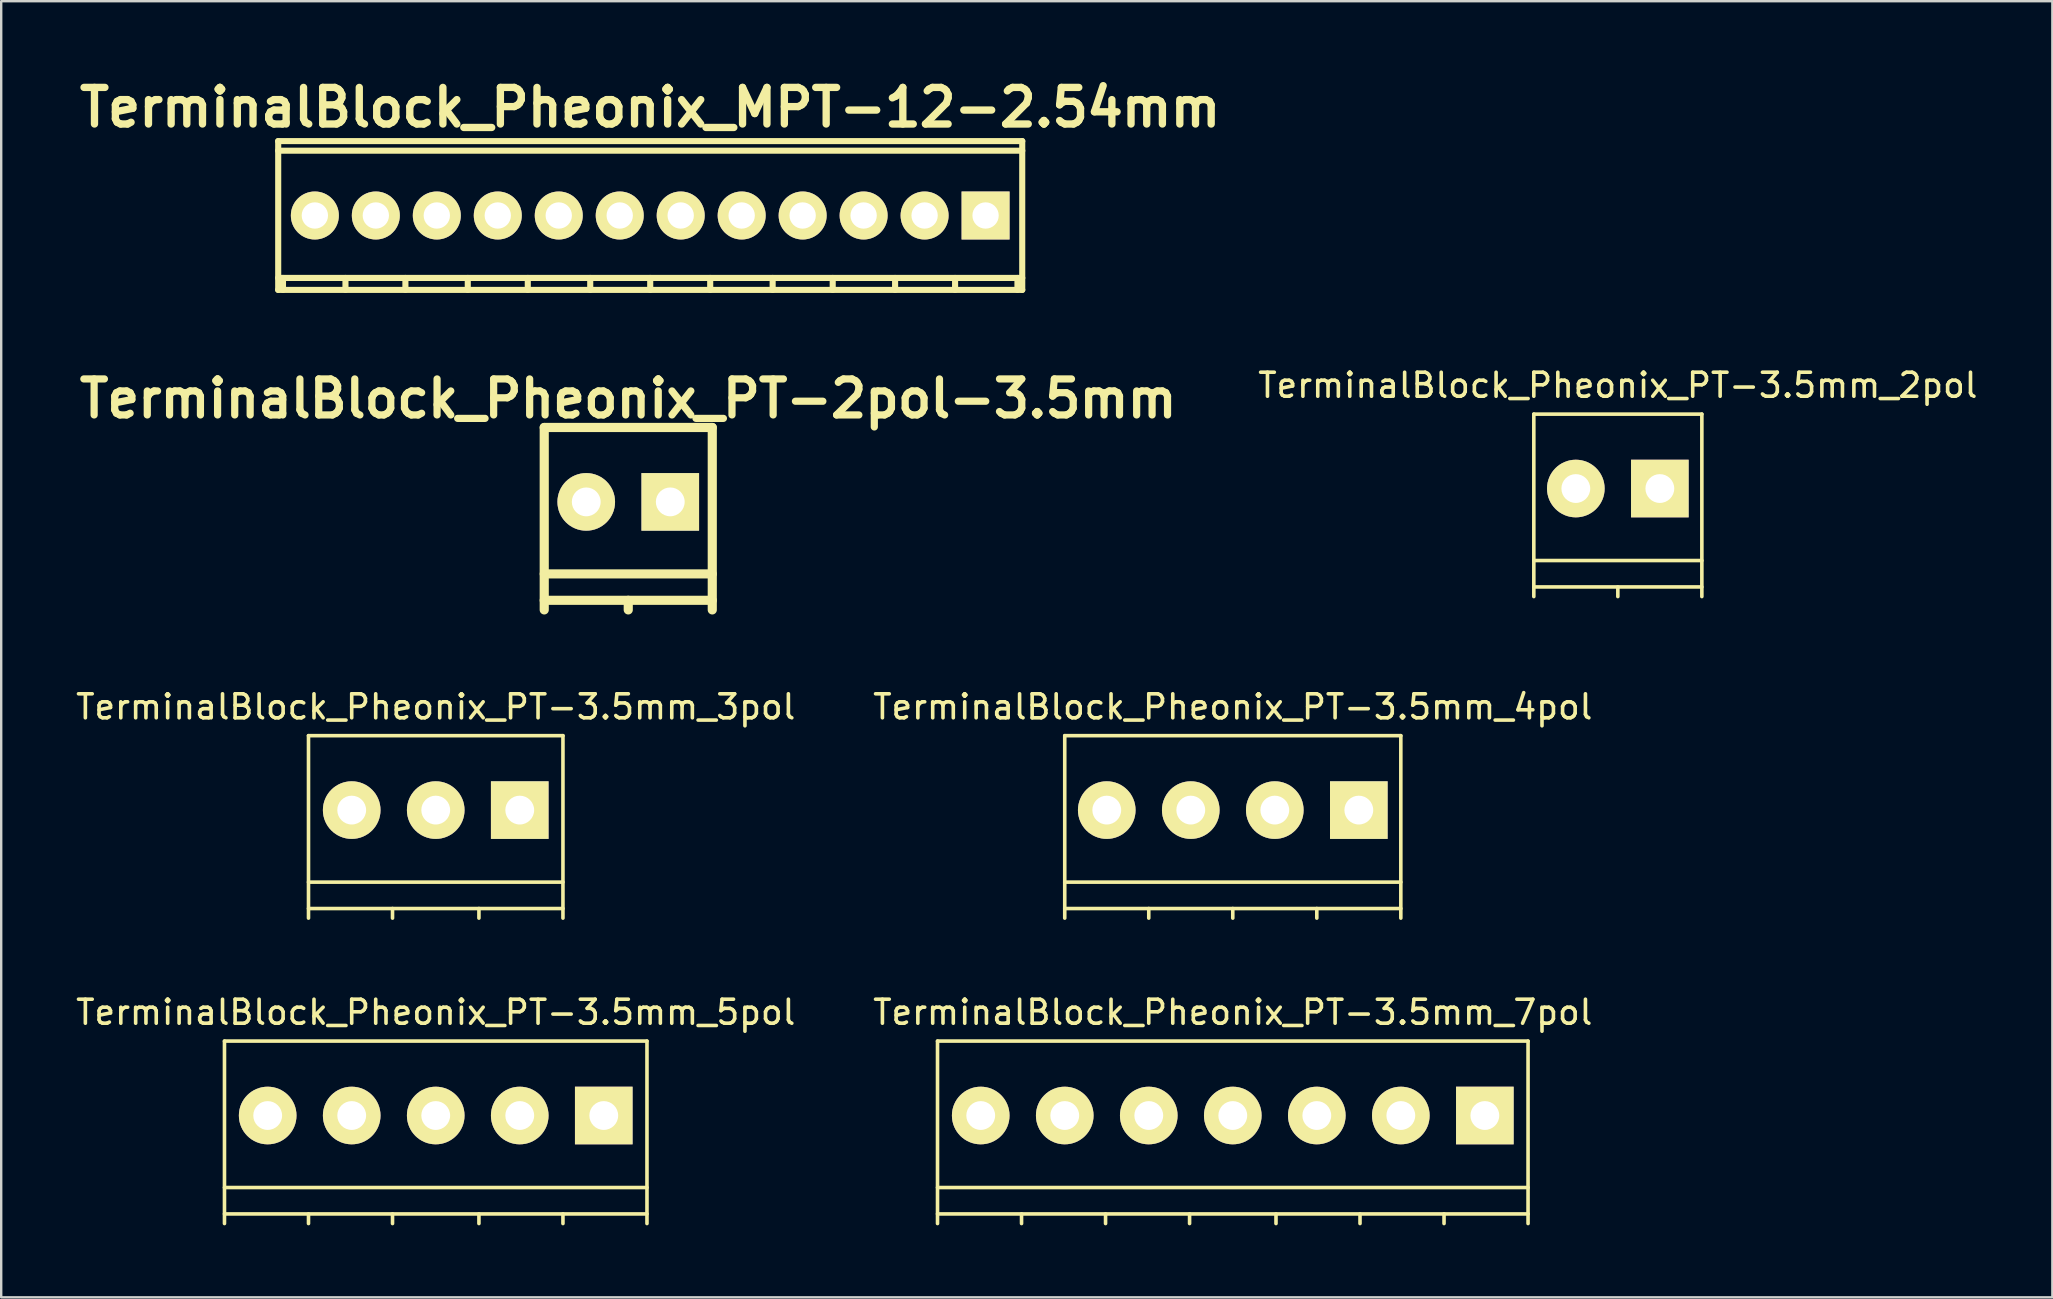
<source format=kicad_pcb>
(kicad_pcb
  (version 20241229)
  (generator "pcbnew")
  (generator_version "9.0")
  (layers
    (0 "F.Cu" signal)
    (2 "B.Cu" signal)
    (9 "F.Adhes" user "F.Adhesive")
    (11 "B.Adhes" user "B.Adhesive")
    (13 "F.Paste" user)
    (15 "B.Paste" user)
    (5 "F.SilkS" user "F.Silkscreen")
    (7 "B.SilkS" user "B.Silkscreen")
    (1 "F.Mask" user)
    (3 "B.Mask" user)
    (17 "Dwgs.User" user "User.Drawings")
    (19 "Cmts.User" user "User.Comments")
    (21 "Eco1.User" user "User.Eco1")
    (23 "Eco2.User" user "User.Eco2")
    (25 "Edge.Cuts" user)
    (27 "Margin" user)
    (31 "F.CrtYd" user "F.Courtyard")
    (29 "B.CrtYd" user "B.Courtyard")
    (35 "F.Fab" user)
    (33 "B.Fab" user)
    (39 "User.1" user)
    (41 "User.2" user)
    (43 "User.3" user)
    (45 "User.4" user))
  (footprint "TerminalBlock_Pheonix_PT-3.5mm_2pol"
    (layer "F.Cu")
    (at 64.344 18.001)
    (property "Reference" "TerminalBlock_Pheonix_PT-3.5mm_2pol" (at 0 -5 0) (layer "F.SilkS") (effects (font (size 1 1) (thickness 0.15))))
    (attr through_hole)
    (fp_line (start -3.5 -3.8) (end -3.5 3.8) (stroke (width 0.15) (type solid)) (layer "F.SilkS"))
    (fp_line (start -3.5 2.3) (end 3.5 2.3) (stroke (width 0.15) (type solid)) (layer "F.SilkS"))
    (fp_line (start -3.5 3.4) (end 3.5 3.4) (stroke (width 0.15) (type solid)) (layer "F.SilkS"))
    (fp_line (start 0 3.4) (end 0 3.8) (stroke (width 0.15) (type solid)) (layer "F.SilkS"))
    (fp_line (start 3.5 -3.8) (end -3.5 -3.8) (stroke (width 0.15) (type solid)) (layer "F.SilkS"))
    (fp_line (start 3.5 3.8) (end 3.5 -3.8) (stroke (width 0.15) (type solid)) (layer "F.SilkS"))
    (pad "1" thru_hole rect (at 1.75 -0.7) (size 2.4 2.4) (drill 1.2) (layers "*.Cu" "*.Mask" "F.SilkS"))
    (pad "2" thru_hole circle (at -1.75 -0.7) (size 2.4 2.4) (drill 1.2) (layers "*.Cu" "*.Mask" "F.SilkS")))
  (footprint "TerminalBlock_Pheonix_PT-2pol-3.5mm"
    (layer "F.Cu")
    (at 23.121 18.557)
    (property "Reference" "TerminalBlock_Pheonix_PT-2pol-3.5mm" (at 0 -5 0) (layer "F.SilkS") (effects (font (size 1.5 1.5) (thickness 0.3))))
    (attr through_hole)
    (fp_line (start -3.5 -3.8) (end -3.5 3.8) (stroke (width 0.381) (type solid)) (layer "F.SilkS"))
    (fp_line (start -3.5 2.3) (end 3.5 2.3) (stroke (width 0.381) (type solid)) (layer "F.SilkS"))
    (fp_line (start -3.5 3.4) (end 3.5 3.4) (stroke (width 0.381) (type solid)) (layer "F.SilkS"))
    (fp_line (start 0 3.4) (end 0 3.8) (stroke (width 0.381) (type solid)) (layer "F.SilkS"))
    (fp_line (start 3.5 -3.8) (end -3.5 -3.8) (stroke (width 0.381) (type solid)) (layer "F.SilkS"))
    (fp_line (start 3.5 3.8) (end 3.5 -3.8) (stroke (width 0.381) (type solid)) (layer "F.SilkS"))
    (pad "1" thru_hole rect (at 1.75 -0.7) (size 2.4 2.4) (drill 1.2) (layers "*.Cu" "*.Mask" "F.SilkS"))
    (pad "2" thru_hole circle (at -1.75 -0.7) (size 2.4 2.4) (drill 1.2) (layers "*.Cu" "*.Mask" "F.SilkS")))
  (footprint "TerminalBlock_Pheonix_PT-3.5mm_4pol"
    (layer "F.Cu")
    (at 48.304 31.396)
    (property "Reference" "TerminalBlock_Pheonix_PT-3.5mm_4pol" (at 0 -5 0) (layer "F.SilkS") (effects (font (size 1 1) (thickness 0.15))))
    (attr through_hole)
    (fp_line (start -7 -3.8) (end -7 3.8) (stroke (width 0.15) (type solid)) (layer "F.SilkS"))
    (fp_line (start -7 2.3) (end 7 2.3) (stroke (width 0.15) (type solid)) (layer "F.SilkS"))
    (fp_line (start -7 3.4) (end 7 3.4) (stroke (width 0.15) (type solid)) (layer "F.SilkS"))
    (fp_line (start -3.5 3.4) (end -3.5 3.8) (stroke (width 0.15) (type solid)) (layer "F.SilkS"))
    (fp_line (start 0 3.4) (end 0 3.8) (stroke (width 0.15) (type solid)) (layer "F.SilkS"))
    (fp_line (start 3.5 3.4) (end 3.5 3.8) (stroke (width 0.15) (type solid)) (layer "F.SilkS"))
    (fp_line (start 7 -3.8) (end -7 -3.8) (stroke (width 0.15) (type solid)) (layer "F.SilkS"))
    (fp_line (start 7 3.8) (end 7 -3.8) (stroke (width 0.15) (type solid)) (layer "F.SilkS"))
    (pad "1" thru_hole rect (at 5.25 -0.7) (size 2.4 2.4) (drill 1.2) (layers "*.Cu" "*.Mask" "F.SilkS"))
    (pad "2" thru_hole circle (at 1.75 -0.7) (size 2.4 2.4) (drill 1.2) (layers "*.Cu" "*.Mask" "F.SilkS"))
    (pad "3" thru_hole circle (at -1.75 -0.7) (size 2.4 2.4) (drill 1.2) (layers "*.Cu" "*.Mask" "F.SilkS"))
    (pad "4" thru_hole circle (at -5.25 -0.7) (size 2.4 2.4) (drill 1.2) (layers "*.Cu" "*.Mask" "F.SilkS")))
  (footprint "TerminalBlock_Pheonix_PT-3.5mm_7pol"
    (layer "F.Cu")
    (at 48.304 44.119)
    (property "Reference" "TerminalBlock_Pheonix_PT-3.5mm_7pol" (at 0 -5 0) (layer "F.SilkS") (effects (font (size 1 1) (thickness 0.15))))
    (attr through_hole)
    (fp_line (start -12.3 -3.8) (end -12.3 3.8) (stroke (width 0.15) (type solid)) (layer "F.SilkS"))
    (fp_line (start -12.3 2.3) (end 12.3 2.3) (stroke (width 0.15) (type solid)) (layer "F.SilkS"))
    (fp_line (start -12.3 3.4) (end 12.3 3.4) (stroke (width 0.15) (type solid)) (layer "F.SilkS"))
    (fp_line (start -8.8 3.4) (end -8.8 3.8) (stroke (width 0.15) (type solid)) (layer "F.SilkS"))
    (fp_line (start -5.3 3.4) (end -5.3 3.8) (stroke (width 0.15) (type solid)) (layer "F.SilkS"))
    (fp_line (start -1.8 3.4) (end -1.8 3.8) (stroke (width 0.15) (type solid)) (layer "F.SilkS"))
    (fp_line (start 1.8 3.4) (end 1.8 3.8) (stroke (width 0.15) (type solid)) (layer "F.SilkS"))
    (fp_line (start 5.3 3.4) (end 5.3 3.8) (stroke (width 0.15) (type solid)) (layer "F.SilkS"))
    (fp_line (start 8.8 3.4) (end 8.8 3.8) (stroke (width 0.15) (type solid)) (layer "F.SilkS"))
    (fp_line (start 12.3 -3.8) (end -12.3 -3.8) (stroke (width 0.15) (type solid)) (layer "F.SilkS"))
    (fp_line (start 12.3 3.8) (end 12.3 -3.8) (stroke (width 0.15) (type solid)) (layer "F.SilkS"))
    (pad "1" thru_hole rect (at 10.5 -0.7) (size 2.4 2.4) (drill 1.2) (layers "*.Cu" "*.Mask" "F.SilkS"))
    (pad "2" thru_hole circle (at 7 -0.7) (size 2.4 2.4) (drill 1.2) (layers "*.Cu" "*.Mask" "F.SilkS"))
    (pad "3" thru_hole circle (at 3.5 -0.7) (size 2.4 2.4) (drill 1.2) (layers "*.Cu" "*.Mask" "F.SilkS"))
    (pad "4" thru_hole circle (at 0 -0.7) (size 2.4 2.4) (drill 1.2) (layers "*.Cu" "*.Mask" "F.SilkS"))
    (pad "5" thru_hole circle (at -3.5 -0.7) (size 2.4 2.4) (drill 1.2) (layers "*.Cu" "*.Mask" "F.SilkS"))
    (pad "6" thru_hole circle (at -7 -0.7) (size 2.4 2.4) (drill 1.2) (layers "*.Cu" "*.Mask" "F.SilkS"))
    (pad "7" thru_hole circle (at -10.5 -0.7) (size 2.4 2.4) (drill 1.2) (layers "*.Cu" "*.Mask" "F.SilkS")))
  (footprint "TerminalBlock_Pheonix_MPT-12-2.54mm"
    (layer "F.Cu")
    (at 24.036 5.927)
    (property "Reference" "TerminalBlock_Pheonix_MPT-12-2.54mm" (at 0 -4.501 0) (layer "F.SilkS") (effects (font (size 1.524 1.524) (thickness 0.305))))
    (attr through_hole)
    (fp_line (start -15.499 -3.099) (end 15.499 -3.099) (stroke (width 0.254) (type solid)) (layer "F.SilkS"))
    (fp_line (start -15.499 2.601) (end 15.499 2.601) (stroke (width 0.254) (type solid)) (layer "F.SilkS"))
    (fp_line (start -15.497 -3.099) (end -15.497 3.099) (stroke (width 0.254) (type solid)) (layer "F.SilkS"))
    (fp_line (start -15.298 3.099) (end -15.298 2.601) (stroke (width 0.254) (type solid)) (layer "F.SilkS"))
    (fp_line (start -12.695 3.099) (end -12.695 2.601) (stroke (width 0.254) (type solid)) (layer "F.SilkS"))
    (fp_line (start -10.198 2.601) (end -10.198 3.099) (stroke (width 0.254) (type solid)) (layer "F.SilkS"))
    (fp_line (start -7.6 2.601) (end -7.6 3.099) (stroke (width 0.254) (type solid)) (layer "F.SilkS"))
    (fp_line (start -5.1 2.601) (end -5.1 3.099) (stroke (width 0.254) (type solid)) (layer "F.SilkS"))
    (fp_line (start -2.499 2.601) (end -2.499 3.099) (stroke (width 0.254) (type solid)) (layer "F.SilkS"))
    (fp_line (start 0 2.601) (end 0 3.099) (stroke (width 0.254) (type solid)) (layer "F.SilkS"))
    (fp_line (start 2.499 2.601) (end 2.499 3.099) (stroke (width 0.254) (type solid)) (layer "F.SilkS"))
    (fp_line (start 5.1 2.601) (end 5.1 3.099) (stroke (width 0.254) (type solid)) (layer "F.SilkS"))
    (fp_line (start 7.602 2.601) (end 7.602 3.099) (stroke (width 0.254) (type solid)) (layer "F.SilkS"))
    (fp_line (start 10.201 2.601) (end 10.201 3.099) (stroke (width 0.254) (type solid)) (layer "F.SilkS"))
    (fp_line (start 12.7 2.601) (end 12.7 3.099) (stroke (width 0.254) (type solid)) (layer "F.SilkS"))
    (fp_line (start 15.298 2.601) (end 15.298 3.099) (stroke (width 0.254) (type solid)) (layer "F.SilkS"))
    (fp_line (start 15.497 3.099) (end 15.497 -3.099) (stroke (width 0.254) (type solid)) (layer "F.SilkS"))
    (fp_line (start 15.499 -2.7) (end -15.499 -2.7) (stroke (width 0.254) (type solid)) (layer "F.SilkS"))
    (fp_line (start 15.499 3.099) (end -15.499 3.099) (stroke (width 0.254) (type solid)) (layer "F.SilkS"))
    (pad "1" thru_hole rect (at 13.97 0) (size 1.999 1.999) (drill 1.097) (layers "*.Cu" "*.Mask" "F.SilkS"))
    (pad "2" thru_hole oval (at 11.43 0) (size 1.999 1.999) (drill 1.097) (layers "*.Cu" "*.Mask" "F.SilkS"))
    (pad "3" thru_hole oval (at 8.89 0) (size 1.999 1.999) (drill 1.097) (layers "*.Cu" "*.Mask" "F.SilkS"))
    (pad "4" thru_hole oval (at 6.35 0) (size 1.999 1.999) (drill 1.097) (layers "*.Cu" "*.Mask" "F.SilkS"))
    (pad "5" thru_hole oval (at 3.81 0) (size 1.999 1.999) (drill 1.097) (layers "*.Cu" "*.Mask" "F.SilkS"))
    (pad "6" thru_hole oval (at 1.27 0) (size 1.999 1.999) (drill 1.097) (layers "*.Cu" "*.Mask" "F.SilkS"))
    (pad "7" thru_hole oval (at -1.27 0) (size 1.999 1.999) (drill 1.097) (layers "*.Cu" "*.Mask" "F.SilkS"))
    (pad "8" thru_hole oval (at -3.81 0) (size 1.999 1.999) (drill 1.097) (layers "*.Cu" "*.Mask" "F.SilkS"))
    (pad "9" thru_hole oval (at -6.35 0) (size 1.999 1.999) (drill 1.097) (layers "*.Cu" "*.Mask" "F.SilkS"))
    (pad "10" thru_hole oval (at -8.89 0) (size 1.999 1.999) (drill 1.097) (layers "*.Cu" "*.Mask" "F.SilkS"))
    (pad "11" thru_hole oval (at -11.43 0) (size 1.999 1.999) (drill 1.097) (layers "*.Cu" "*.Mask" "F.SilkS"))
    (pad "12" thru_hole oval (at -13.97 0) (size 1.999 1.999) (drill 1.097) (layers "*.Cu" "*.Mask" "F.SilkS")))
  (footprint "TerminalBlock_Pheonix_PT-3.5mm_3pol"
    (layer "F.Cu")
    (at 15.101 31.396)
    (property "Reference" "TerminalBlock_Pheonix_PT-3.5mm_3pol" (at 0 -5 0) (layer "F.SilkS") (effects (font (size 1 1) (thickness 0.15))))
    (attr through_hole)
    (fp_line (start -5.3 -3.8) (end -5.3 3.8) (stroke (width 0.15) (type solid)) (layer "F.SilkS"))
    (fp_line (start -5.3 2.3) (end 5.3 2.3) (stroke (width 0.15) (type solid)) (layer "F.SilkS"))
    (fp_line (start -5.3 3.4) (end 5.3 3.4) (stroke (width 0.15) (type solid)) (layer "F.SilkS"))
    (fp_line (start -1.8 3.4) (end -1.8 3.8) (stroke (width 0.15) (type solid)) (layer "F.SilkS"))
    (fp_line (start 1.8 3.4) (end 1.8 3.8) (stroke (width 0.15) (type solid)) (layer "F.SilkS"))
    (fp_line (start 5.3 -3.8) (end -5.3 -3.8) (stroke (width 0.15) (type solid)) (layer "F.SilkS"))
    (fp_line (start 5.3 3.8) (end 5.3 -3.8) (stroke (width 0.15) (type solid)) (layer "F.SilkS"))
    (pad "1" thru_hole rect (at 3.5 -0.7) (size 2.4 2.4) (drill 1.2) (layers "*.Cu" "*.Mask" "F.SilkS"))
    (pad "2" thru_hole circle (at 0 -0.7) (size 2.4 2.4) (drill 1.2) (layers "*.Cu" "*.Mask" "F.SilkS"))
    (pad "3" thru_hole circle (at -3.5 -0.7) (size 2.4 2.4) (drill 1.2) (layers "*.Cu" "*.Mask" "F.SilkS")))
  (footprint "TerminalBlock_Pheonix_PT-3.5mm_5pol"
    (layer "F.Cu")
    (at 15.101 44.119)
    (property "Reference" "TerminalBlock_Pheonix_PT-3.5mm_5pol" (at 0 -5 0) (layer "F.SilkS") (effects (font (size 1 1) (thickness 0.15))))
    (attr through_hole)
    (fp_line (start -8.8 -3.8) (end -8.8 3.8) (stroke (width 0.15) (type solid)) (layer "F.SilkS"))
    (fp_line (start -8.8 2.3) (end 8.8 2.3) (stroke (width 0.15) (type solid)) (layer "F.SilkS"))
    (fp_line (start -8.8 3.4) (end 8.8 3.4) (stroke (width 0.15) (type solid)) (layer "F.SilkS"))
    (fp_line (start -5.3 3.4) (end -5.3 3.8) (stroke (width 0.15) (type solid)) (layer "F.SilkS"))
    (fp_line (start -1.8 3.4) (end -1.8 3.8) (stroke (width 0.15) (type solid)) (layer "F.SilkS"))
    (fp_line (start 1.8 3.4) (end 1.8 3.8) (stroke (width 0.15) (type solid)) (layer "F.SilkS"))
    (fp_line (start 5.3 3.4) (end 5.3 3.8) (stroke (width 0.15) (type solid)) (layer "F.SilkS"))
    (fp_line (start 8.8 -3.8) (end -8.8 -3.8) (stroke (width 0.15) (type solid)) (layer "F.SilkS"))
    (fp_line (start 8.8 3.8) (end 8.8 -3.8) (stroke (width 0.15) (type solid)) (layer "F.SilkS"))
    (pad "1" thru_hole rect (at 7 -0.7) (size 2.4 2.4) (drill 1.2) (layers "*.Cu" "*.Mask" "F.SilkS"))
    (pad "2" thru_hole circle (at 3.5 -0.7) (size 2.4 2.4) (drill 1.2) (layers "*.Cu" "*.Mask" "F.SilkS"))
    (pad "3" thru_hole circle (at 0 -0.7) (size 2.4 2.4) (drill 1.2) (layers "*.Cu" "*.Mask" "F.SilkS"))
    (pad "4" thru_hole circle (at -3.5 -0.7) (size 2.4 2.4) (drill 1.2) (layers "*.Cu" "*.Mask" "F.SilkS"))
    (pad "5" thru_hole circle (at -7 -0.7) (size 2.4 2.4) (drill 1.2) (layers "*.Cu" "*.Mask" "F.SilkS")))
  (gr_rect
    (start -3 -3)
    (end 82.445 50.994)
    (stroke (width 0.1) (type default))
    (fill no)
    (layer "Edge.Cuts")))
</source>
